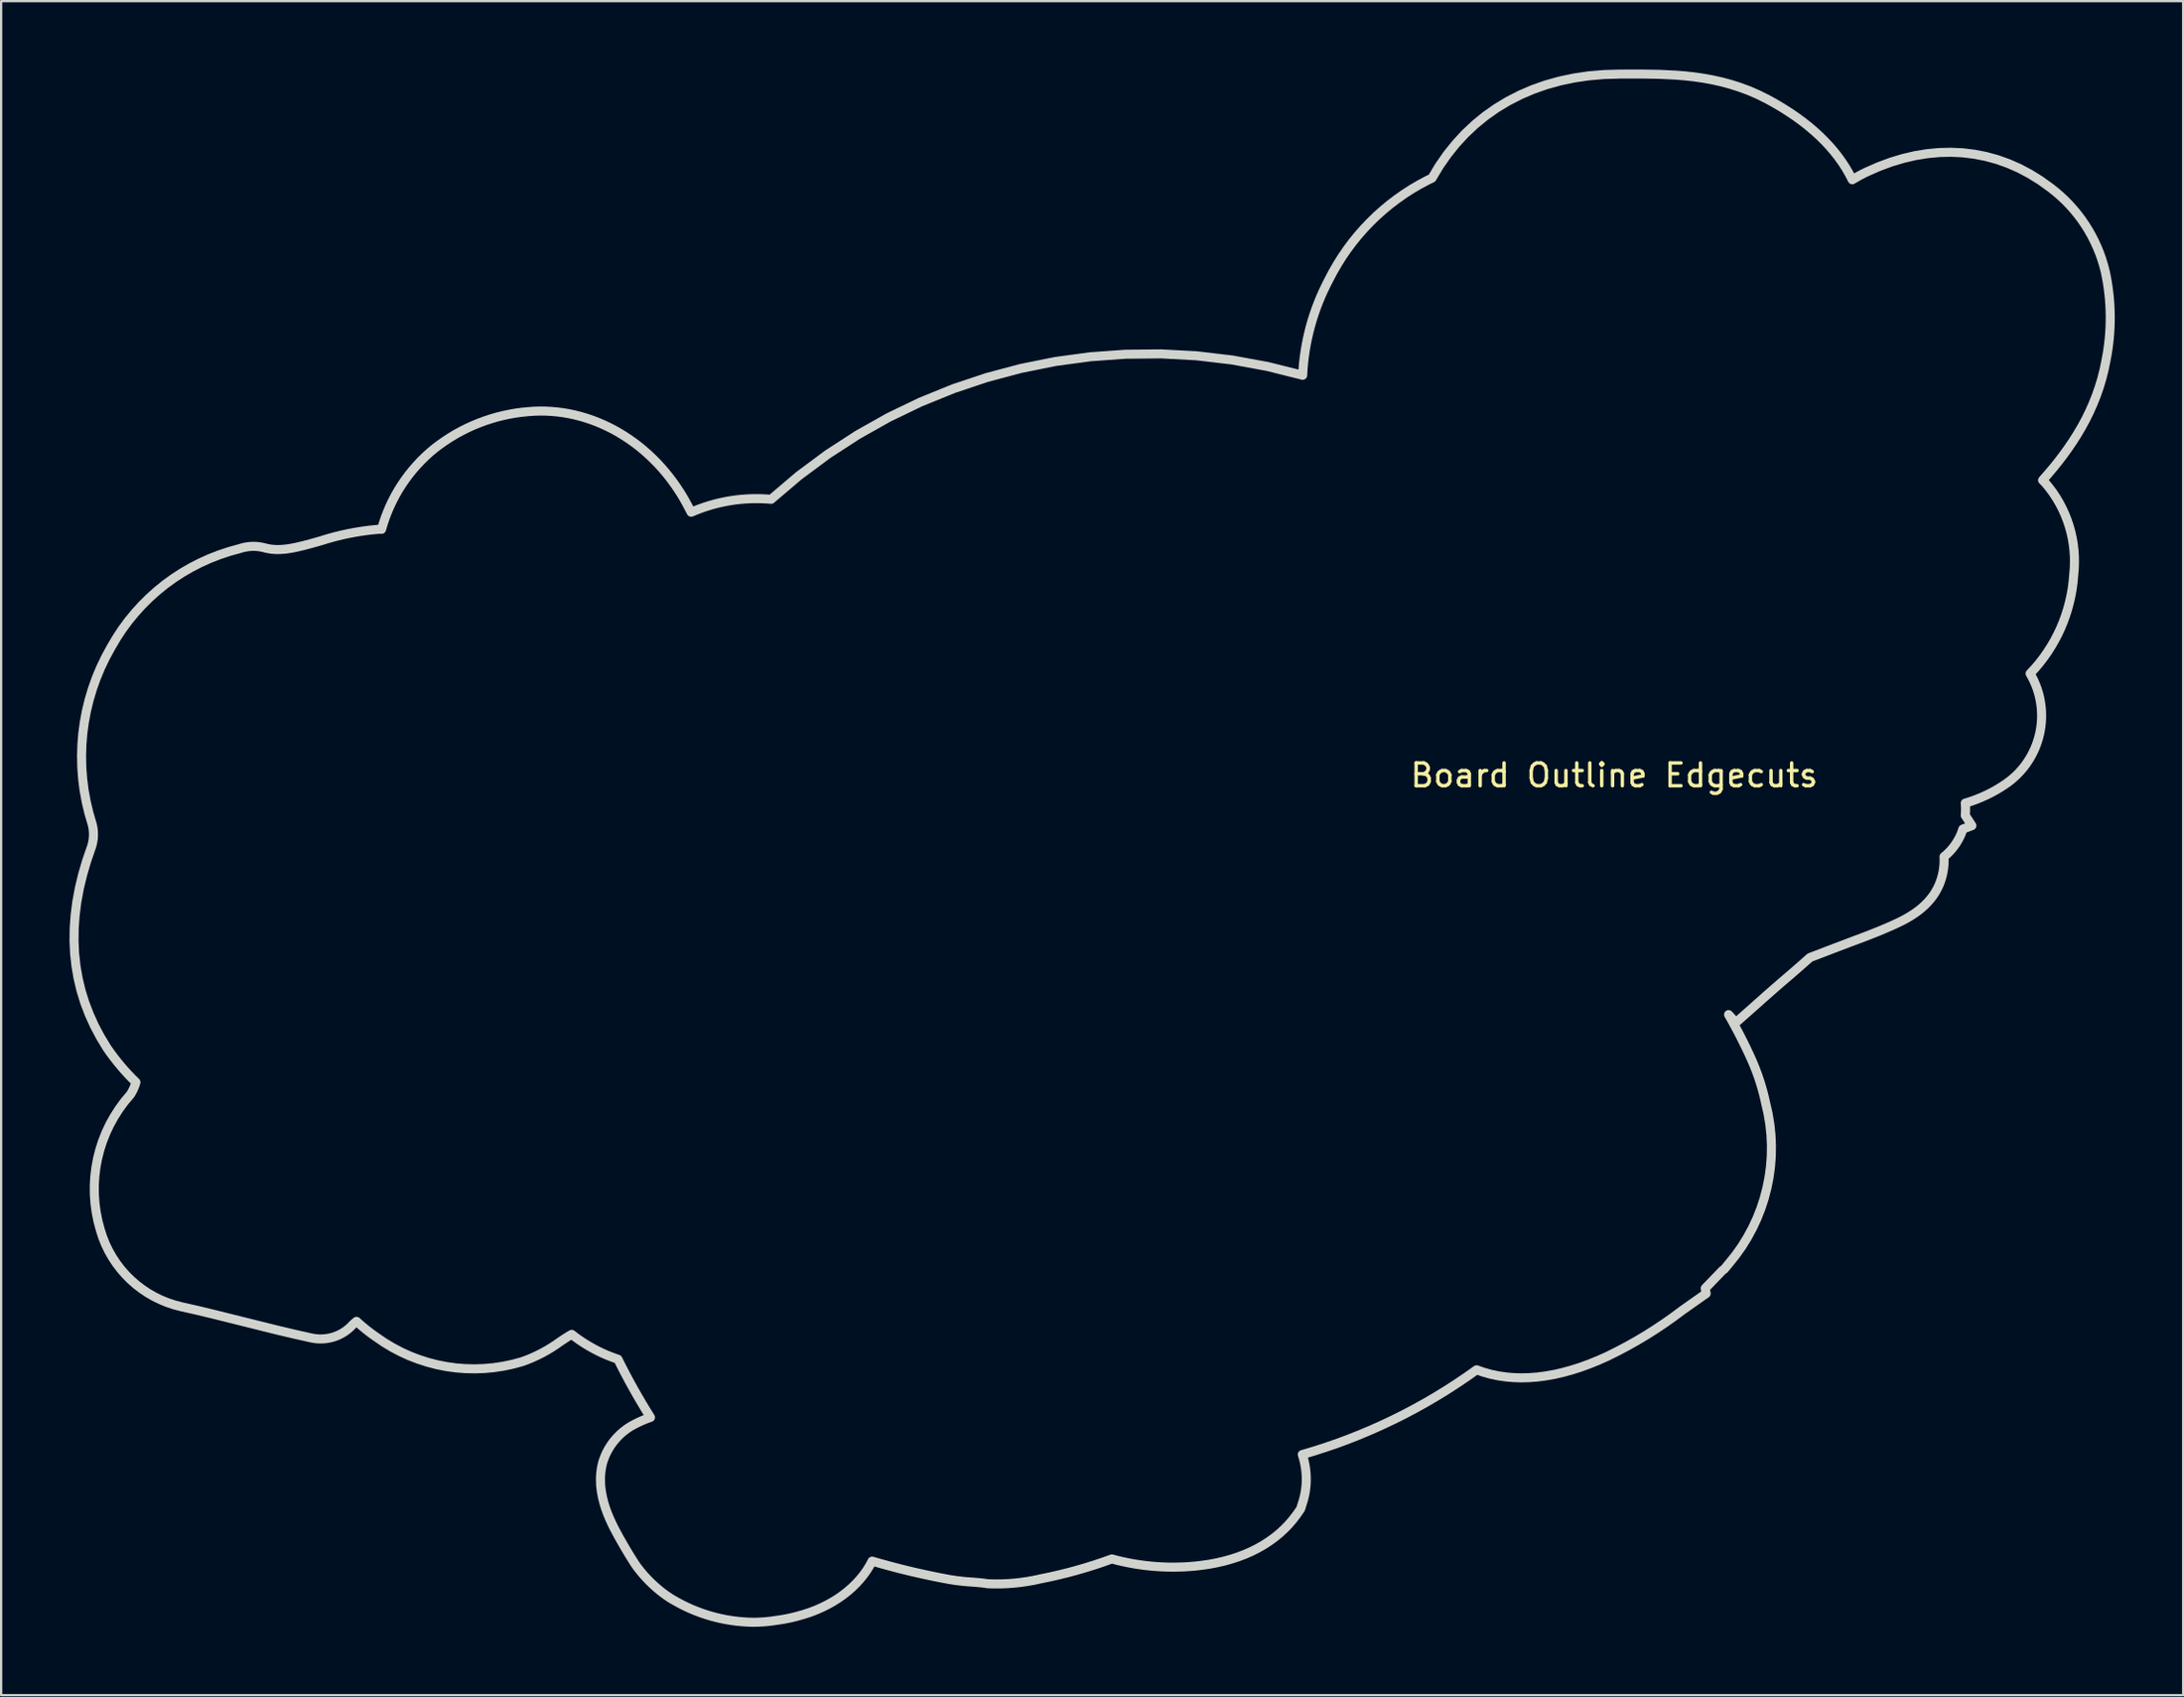
<source format=kicad_pcb>
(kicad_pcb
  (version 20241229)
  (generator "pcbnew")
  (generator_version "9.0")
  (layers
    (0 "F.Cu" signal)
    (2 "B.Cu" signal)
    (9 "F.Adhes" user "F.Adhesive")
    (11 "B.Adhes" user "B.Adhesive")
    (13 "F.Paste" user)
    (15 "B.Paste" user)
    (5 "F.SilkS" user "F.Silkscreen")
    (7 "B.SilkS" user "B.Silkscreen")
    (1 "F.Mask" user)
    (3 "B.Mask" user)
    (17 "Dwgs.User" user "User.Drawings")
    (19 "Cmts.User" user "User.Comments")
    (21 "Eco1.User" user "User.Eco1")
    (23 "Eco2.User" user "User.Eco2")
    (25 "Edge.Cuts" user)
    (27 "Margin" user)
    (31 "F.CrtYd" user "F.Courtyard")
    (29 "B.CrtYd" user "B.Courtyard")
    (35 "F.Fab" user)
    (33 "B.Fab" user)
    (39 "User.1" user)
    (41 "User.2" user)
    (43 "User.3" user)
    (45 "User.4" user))
  (footprint "Board Outline Edgecuts"
    (layer "F.Cu")
    (at 67.782 31.47)
    (property "Reference" "Board Outline Edgecuts" (at 0 -0.5 0) (unlocked yes) (layer "F.SilkS") (effects (font (size 1 1) (thickness 0.15))))
    (attr smd)
    (fp_poly (pts (xy -66.423 19.467) (xy -66.322 19.778) (xy -66.2 20.08) (xy -66.06 20.37) (xy -65.901 20.649) (xy -65.724 20.916) (xy -65.531 21.169) (xy -65.322 21.409) (xy -65.098 21.634) (xy -64.859 21.844) (xy -64.607 22.037) (xy -64.342 22.214) (xy -64.065 22.374) (xy -63.776 22.515) (xy -63.477 22.637) (xy -63.169 22.739) (xy -62.852 22.821) (xy -62.188 22.97) (xy -61.521 23.13) (xy -60.196 23.46) (xy -58.689 23.835) (xy -57.922 24.017) (xy -57.148 24.19) (xy -57.025 24.211) (xy -56.9 24.225) (xy -56.777 24.23) (xy -56.653 24.226) (xy -56.531 24.215) (xy -56.41 24.197) (xy -56.29 24.17) (xy -56.173 24.136) (xy -56.058 24.094) (xy -55.946 24.045) (xy -55.837 23.988) (xy -55.732 23.925) (xy -55.631 23.854) (xy -55.534 23.777) (xy -55.442 23.693) (xy -55.355 23.602) (xy -55.327 23.575) (xy -55.188 23.456) (xy -55.086 23.547) (xy -54.984 23.637) (xy -54.879 23.725) (xy -54.773 23.812) (xy -54.666 23.896) (xy -54.557 23.979) (xy -54.446 24.059) (xy -54.335 24.138) (xy -53.982 24.38) (xy -53.618 24.6) (xy -53.244 24.797) (xy -52.861 24.972) (xy -52.469 25.123) (xy -52.071 25.252) (xy -51.666 25.357) (xy -51.256 25.439) (xy -50.842 25.497) (xy -50.426 25.531) (xy -50.007 25.541) (xy -49.587 25.527) (xy -49.168 25.489) (xy -48.75 25.426) (xy -48.334 25.338) (xy -47.921 25.226) (xy -47.7 25.144) (xy -47.482 25.054) (xy -47.268 24.956) (xy -47.057 24.851) (xy -46.851 24.737) (xy -46.649 24.616) (xy -46.451 24.488) (xy -46.258 24.352) (xy -46.141 24.274) (xy -46.027 24.199) (xy -45.918 24.13) (xy -45.865 24.097) (xy -45.814 24.067) (xy -45.746 24.027) (xy -45.631 24.116) (xy -45.515 24.201) (xy -45.396 24.285) (xy -45.276 24.365) (xy -45.155 24.443) (xy -45.031 24.519) (xy -44.906 24.591) (xy -44.78 24.661) (xy -44.652 24.728) (xy -44.522 24.793) (xy -44.392 24.854) (xy -44.259 24.913) (xy -44.126 24.968) (xy -43.991 25.021) (xy -43.855 25.071) (xy -43.718 25.118) (xy -43.554 25.445) (xy -43.385 25.77) (xy -43.213 26.092) (xy -43.036 26.413) (xy -42.856 26.73) (xy -42.671 27.046) (xy -42.482 27.359) (xy -42.289 27.67) (xy -42.375 27.701) (xy -42.46 27.732) (xy -42.545 27.766) (xy -42.628 27.801) (xy -42.711 27.837) (xy -42.794 27.875) (xy -42.875 27.915) (xy -42.956 27.956) (xy -43.082 28.022) (xy -43.204 28.094) (xy -43.321 28.172) (xy -43.434 28.256) (xy -43.542 28.345) (xy -43.645 28.439) (xy -43.744 28.538) (xy -43.837 28.642) (xy -43.925 28.75) (xy -44.008 28.863) (xy -44.084 28.98) (xy -44.155 29.101) (xy -44.22 29.225) (xy -44.279 29.353) (xy -44.331 29.485) (xy -44.377 29.619) (xy -44.411 29.751) (xy -44.438 29.883) (xy -44.458 30.014) (xy -44.473 30.145) (xy -44.482 30.275) (xy -44.484 30.404) (xy -44.475 30.661) (xy -44.445 30.914) (xy -44.399 31.163) (xy -44.338 31.407) (xy -44.264 31.646) (xy -44.18 31.878) (xy -44.087 32.103) (xy -43.988 32.32) (xy -43.885 32.53) (xy -43.676 32.92) (xy -43.476 33.27) (xy -43.461 33.294) (xy -43.447 33.318) (xy -43.42 33.365) (xy -43.369 33.453) (xy -43.254 33.644) (xy -43.147 33.82) (xy -43.045 33.982) (xy -42.948 34.131) (xy -42.889 34.215) (xy -42.808 34.321) (xy -42.725 34.425) (xy -42.64 34.528) (xy -42.552 34.628) (xy -42.462 34.726) (xy -42.369 34.823) (xy -42.275 34.917) (xy -42.178 35.009) (xy -42.081 35.097) (xy -41.982 35.184) (xy -41.881 35.268) (xy -41.778 35.349) (xy -41.672 35.428) (xy -41.565 35.504) (xy -41.456 35.577) (xy -41.345 35.648) (xy -41.289 35.679) (xy -41.088 35.793) (xy -40.884 35.901) (xy -40.677 36.001) (xy -40.467 36.095) (xy -40.254 36.181) (xy -40.039 36.261) (xy -39.821 36.333) (xy -39.601 36.399) (xy -39.379 36.457) (xy -39.156 36.508) (xy -38.93 36.552) (xy -38.704 36.588) (xy -38.475 36.617) (xy -38.246 36.639) (xy -38.016 36.653) (xy -37.785 36.66) (xy -37.657 36.658) (xy -37.529 36.654) (xy -37.401 36.648) (xy -37.273 36.639) (xy -37.146 36.627) (xy -37.019 36.613) (xy -36.892 36.596) (xy -36.765 36.576) (xy -36.651 36.561) (xy -36.537 36.543) (xy -36.423 36.524) (xy -36.31 36.502) (xy -36.197 36.479) (xy -36.084 36.454) (xy -35.972 36.427) (xy -35.86 36.398) (xy -35.572 36.317) (xy -35.292 36.226) (xy -35.023 36.123) (xy -34.764 36.009) (xy -34.515 35.886) (xy -34.277 35.752) (xy -34.05 35.61) (xy -33.835 35.458) (xy -33.631 35.298) (xy -33.439 35.13) (xy -33.26 34.954) (xy -33.094 34.771) (xy -32.94 34.582) (xy -32.8 34.386) (xy -32.674 34.184) (xy -32.562 33.977) (xy -32.152 34.095) (xy -31.741 34.207) (xy -31.328 34.315) (xy -30.913 34.417) (xy -30.498 34.513) (xy -30.081 34.604) (xy -29.663 34.69) (xy -29.244 34.77) (xy -29.11 34.793) (xy -28.975 34.814) (xy -28.84 34.833) (xy -28.704 34.85) (xy -28.569 34.865) (xy -28.433 34.878) (xy -28.297 34.889) (xy -28.161 34.897) (xy -27.982 34.912) (xy -27.812 34.927) (xy -27.73 34.936) (xy -27.651 34.945) (xy -27.575 34.956) (xy -27.502 34.969) (xy -27.208 34.978) (xy -26.914 34.977) (xy -26.62 34.965) (xy -26.328 34.943) (xy -26.036 34.911) (xy -25.745 34.869) (xy -25.456 34.817) (xy -25.168 34.755) (xy -24.771 34.673) (xy -24.375 34.583) (xy -23.981 34.486) (xy -23.589 34.38) (xy -23.2 34.267) (xy -22.812 34.146) (xy -22.427 34.018) (xy -22.045 33.881) (xy -21.806 33.944) (xy -21.566 34) (xy -21.325 34.05) (xy -21.082 34.095) (xy -20.839 34.134) (xy -20.596 34.166) (xy -20.351 34.193) (xy -20.106 34.214) (xy -19.861 34.229) (xy -19.615 34.238) (xy -19.369 34.241) (xy -19.123 34.238) (xy -18.877 34.23) (xy -18.631 34.215) (xy -18.385 34.194) (xy -18.14 34.167) (xy -17.791 34.117) (xy -17.453 34.054) (xy -17.125 33.979) (xy -16.808 33.891) (xy -16.502 33.791) (xy -16.208 33.679) (xy -15.924 33.555) (xy -15.652 33.419) (xy -15.392 33.271) (xy -15.144 33.111) (xy -14.908 32.94) (xy -14.685 32.758) (xy -14.474 32.564) (xy -14.277 32.36) (xy -14.092 32.144) (xy -13.921 31.917) (xy -13.762 31.691) (xy -13.679 31.429) (xy -13.64 31.302) (xy -13.606 31.173) (xy -13.577 31.044) (xy -13.554 30.914) (xy -13.536 30.782) (xy -13.522 30.65) (xy -13.515 30.518) (xy -13.512 30.385) (xy -13.515 30.247) (xy -13.523 30.109) (xy -13.537 29.972) (xy -13.556 29.836) (xy -13.581 29.701) (xy -13.611 29.566) (xy -13.646 29.433) (xy -13.687 29.301) (xy -13.174 29.149) (xy -12.664 28.985) (xy -12.159 28.811) (xy -11.658 28.625) (xy -11.162 28.429) (xy -10.67 28.222) (xy -10.183 28.004) (xy -9.7 27.776) (xy -9.223 27.538) (xy -8.751 27.289) (xy -8.285 27.03) (xy -7.824 26.76) (xy -7.368 26.481) (xy -6.919 26.191) (xy -6.476 25.892) (xy -6.039 25.583) (xy -5.73 25.69) (xy -5.414 25.778) (xy -5.091 25.846) (xy -4.76 25.895) (xy -4.423 25.925) (xy -4.079 25.936) (xy -3.728 25.927) (xy -3.37 25.899) (xy -3.006 25.852) (xy -2.635 25.786) (xy -2.258 25.7) (xy -1.875 25.595) (xy -1.486 25.471) (xy -1.091 25.328) (xy -0.691 25.165) (xy -0.284 24.984) (xy 0.146 24.769) (xy 0.571 24.544) (xy 0.99 24.309) (xy 1.402 24.063) (xy 1.808 23.806) (xy 2.208 23.539) (xy 2.6 23.262) (xy 2.986 22.975) (xy 3.085 22.904) (xy 4.034 22.237) (xy 3.994 22.007) (xy 4.76 21.213) (xy 4.824 21.174) (xy 5.014 20.943) (xy 5.315 20.57) (xy 5.592 20.182) (xy 5.842 19.779) (xy 6.067 19.364) (xy 6.265 18.938) (xy 6.438 18.502) (xy 6.583 18.057) (xy 6.701 17.604) (xy 6.793 17.145) (xy 6.856 16.681) (xy 6.892 16.213) (xy 6.899 15.743) (xy 6.878 15.272) (xy 6.828 14.801) (xy 6.749 14.331) (xy 6.641 13.863) (xy 6.587 13.621) (xy 6.526 13.381) (xy 6.458 13.143) (xy 6.385 12.906) (xy 6.305 12.672) (xy 6.22 12.44) (xy 6.128 12.21) (xy 6.03 11.982) (xy 5.921 11.741) (xy 5.805 11.494) (xy 5.683 11.245) (xy 5.557 10.993) (xy 5.426 10.741) (xy 5.292 10.49) (xy 5.156 10.241) (xy 5.018 9.998) (xy 5.339 10.347) (xy 6.681 9.156) (xy 7.039 8.841) (xy 7.218 8.685) (xy 7.399 8.529) (xy 7.697 8.275) (xy 7.995 8.017) (xy 8.292 7.757) (xy 8.59 7.493) (xy 9.761 7.045) (xy 10.38 6.811) (xy 10.743 6.675) (xy 11.111 6.536) (xy 11.482 6.39) (xy 11.669 6.314) (xy 11.856 6.235) (xy 12.166 6.101) (xy 12.493 5.95) (xy 12.659 5.867) (xy 12.827 5.776) (xy 12.993 5.679) (xy 13.157 5.574) (xy 13.318 5.46) (xy 13.474 5.336) (xy 13.623 5.202) (xy 13.766 5.057) (xy 13.9 4.9) (xy 13.963 4.817) (xy 14.024 4.73) (xy 14.082 4.641) (xy 14.137 4.547) (xy 14.189 4.45) (xy 14.237 4.35) (xy 14.27 4.274) (xy 14.3 4.197) (xy 14.327 4.12) (xy 14.353 4.042) (xy 14.376 3.963) (xy 14.396 3.883) (xy 14.415 3.803) (xy 14.431 3.723) (xy 14.444 3.642) (xy 14.455 3.561) (xy 14.464 3.479) (xy 14.471 3.397) (xy 14.474 3.315) (xy 14.476 3.233) (xy 14.475 3.151) (xy 14.472 3.068) (xy 14.52 3.028) (xy 14.568 2.987) (xy 14.614 2.945) (xy 14.66 2.901) (xy 14.704 2.857) (xy 14.747 2.811) (xy 14.789 2.765) (xy 14.829 2.717) (xy 14.869 2.669) (xy 14.907 2.619) (xy 14.944 2.568) (xy 14.98 2.517) (xy 15.015 2.465) (xy 15.048 2.411) (xy 15.08 2.357) (xy 15.111 2.302) (xy 15.139 2.249) (xy 15.166 2.195) (xy 15.192 2.14) (xy 15.216 2.085) (xy 15.238 2.029) (xy 15.259 1.972) (xy 15.279 1.915) (xy 15.297 1.858) (xy 15.694 1.707) (xy 15.404 1.258) (xy 15.409 1.191) (xy 15.413 1.124) (xy 15.415 1.056) (xy 15.416 0.988) (xy 15.415 0.921) (xy 15.413 0.853) (xy 15.409 0.786) (xy 15.404 0.719) (xy 15.636 0.646) (xy 15.864 0.565) (xy 16.089 0.475) (xy 16.31 0.376) (xy 16.526 0.269) (xy 16.739 0.153) (xy 16.947 0.029) (xy 17.15 -0.103) (xy 17.297 -0.207) (xy 17.436 -0.316) (xy 17.569 -0.432) (xy 17.696 -0.552) (xy 17.815 -0.678) (xy 17.928 -0.809) (xy 18.034 -0.944) (xy 18.132 -1.083) (xy 18.224 -1.226) (xy 18.309 -1.373) (xy 18.386 -1.523) (xy 18.457 -1.677) (xy 18.52 -1.833) (xy 18.575 -1.992) (xy 18.624 -2.153) (xy 18.665 -2.316) (xy 18.698 -2.48) (xy 18.724 -2.647) (xy 18.742 -2.814) (xy 18.752 -2.982) (xy 18.754 -3.151) (xy 18.749 -3.32) (xy 18.736 -3.489) (xy 18.714 -3.657) (xy 18.685 -3.826) (xy 18.648 -3.993) (xy 18.602 -4.159) (xy 18.549 -4.324) (xy 18.486 -4.488) (xy 18.416 -4.649) (xy 18.337 -4.808) (xy 18.25 -4.965) (xy 18.457 -5.189) (xy 18.653 -5.421) (xy 18.838 -5.661) (xy 19.012 -5.908) (xy 19.175 -6.163) (xy 19.326 -6.423) (xy 19.465 -6.69) (xy 19.593 -6.963) (xy 19.708 -7.241) (xy 19.811 -7.524) (xy 19.902 -7.812) (xy 19.98 -8.103) (xy 20.045 -8.398) (xy 20.098 -8.697) (xy 20.137 -8.999) (xy 20.163 -9.303) (xy 20.187 -9.575) (xy 20.196 -9.848) (xy 20.192 -10.12) (xy 20.173 -10.39) (xy 20.141 -10.658) (xy 20.095 -10.923) (xy 20.036 -11.186) (xy 19.963 -11.445) (xy 19.877 -11.7) (xy 19.778 -11.95) (xy 19.667 -12.195) (xy 19.542 -12.435) (xy 19.405 -12.668) (xy 19.256 -12.895) (xy 19.094 -13.115) (xy 18.921 -13.327) (xy 18.891 -13.357) (xy 18.861 -13.388) (xy 18.845 -13.404) (xy 18.83 -13.419) (xy 18.814 -13.435) (xy 18.798 -13.45) (xy 19.03 -13.715) (xy 19.26 -13.987) (xy 19.484 -14.266) (xy 19.703 -14.552) (xy 19.916 -14.847) (xy 20.121 -15.149) (xy 20.318 -15.46) (xy 20.507 -15.779) (xy 20.685 -16.107) (xy 20.852 -16.445) (xy 21.007 -16.793) (xy 21.15 -17.151) (xy 21.279 -17.519) (xy 21.394 -17.898) (xy 21.493 -18.287) (xy 21.576 -18.689) (xy 21.622 -18.932) (xy 21.662 -19.177) (xy 21.695 -19.422) (xy 21.722 -19.668) (xy 21.743 -19.914) (xy 21.757 -20.161) (xy 21.764 -20.408) (xy 21.766 -20.655) (xy 21.76 -20.902) (xy 21.749 -21.148) (xy 21.731 -21.395) (xy 21.706 -21.641) (xy 21.675 -21.886) (xy 21.638 -22.131) (xy 21.594 -22.375) (xy 21.544 -22.618) (xy 21.472 -22.89) (xy 21.389 -23.159) (xy 21.295 -23.422) (xy 21.189 -23.681) (xy 21.073 -23.935) (xy 20.946 -24.183) (xy 20.809 -24.425) (xy 20.661 -24.661) (xy 20.504 -24.89) (xy 20.336 -25.113) (xy 20.159 -25.328) (xy 19.973 -25.536) (xy 19.778 -25.736) (xy 19.573 -25.927) (xy 19.36 -26.11) (xy 19.139 -26.285) (xy 18.694 -26.604) (xy 18.239 -26.887) (xy 17.772 -27.134) (xy 17.295 -27.344) (xy 16.809 -27.517) (xy 16.314 -27.653) (xy 15.812 -27.752) (xy 15.303 -27.814) (xy 14.787 -27.839) (xy 14.266 -27.827) (xy 13.741 -27.778) (xy 13.211 -27.692) (xy 12.679 -27.568) (xy 12.144 -27.407) (xy 11.608 -27.208) (xy 11.07 -26.971) (xy 10.989 -26.932) (xy 10.909 -26.892) (xy 10.83 -26.851) (xy 10.751 -26.809) (xy 10.674 -26.766) (xy 10.598 -26.722) (xy 10.447 -26.634) (xy 10.313 -26.892) (xy 10.166 -27.145) (xy 10.005 -27.393) (xy 9.831 -27.637) (xy 9.644 -27.875) (xy 9.443 -28.109) (xy 9.229 -28.337) (xy 9.002 -28.561) (xy 8.761 -28.78) (xy 8.507 -28.994) (xy 8.24 -29.203) (xy 7.96 -29.407) (xy 7.666 -29.606) (xy 7.359 -29.8) (xy 7.038 -29.99) (xy 6.705 -30.174) (xy 6.309 -30.37) (xy 5.912 -30.542) (xy 5.513 -30.69) (xy 5.114 -30.817) (xy 4.715 -30.925) (xy 4.315 -31.014) (xy 3.917 -31.087) (xy 3.52 -31.145) (xy 3.125 -31.189) (xy 2.732 -31.222) (xy 1.955 -31.26) (xy 1.195 -31.272) (xy 0.454 -31.27) (xy 0.24 -31.27) (xy -0.447 -31.25) (xy -1.113 -31.193) (xy -1.76 -31.098) (xy -2.385 -30.966) (xy -2.989 -30.798) (xy -3.57 -30.594) (xy -4.128 -30.354) (xy -4.662 -30.08) (xy -5.172 -29.772) (xy -5.657 -29.43) (xy -6.115 -29.055) (xy -6.547 -28.648) (xy -6.952 -28.208) (xy -7.329 -27.738) (xy -7.677 -27.237) (xy -7.996 -26.705) (xy -8.194 -26.61) (xy -8.541 -26.424) (xy -8.88 -26.226) (xy -9.209 -26.014) (xy -9.529 -25.789) (xy -9.84 -25.553) (xy -10.14 -25.304) (xy -10.431 -25.045) (xy -10.71 -24.773) (xy -10.979 -24.491) (xy -11.236 -24.199) (xy -11.482 -23.896) (xy -11.715 -23.583) (xy -11.937 -23.261) (xy -12.145 -22.93) (xy -12.341 -22.59) (xy -12.524 -22.241) (xy -12.649 -21.996) (xy -12.767 -21.749) (xy -12.879 -21.499) (xy -12.983 -21.246) (xy -13.08 -20.991) (xy -13.17 -20.733) (xy -13.253 -20.473) (xy -13.329 -20.21) (xy -13.397 -19.946) (xy -13.458 -19.68) (xy -13.512 -19.412) (xy -13.559 -19.143) (xy -13.598 -18.872) (xy -13.63 -18.601) (xy -13.654 -18.328) (xy -13.671 -18.054) (xy -15.214 -18.44) (xy -16.766 -18.725) (xy -18.325 -18.909) (xy -19.884 -18.993) (xy -21.439 -18.978) (xy -22.986 -18.866) (xy -24.521 -18.658) (xy -26.038 -18.353) (xy -27.532 -17.955) (xy -29.001 -17.463) (xy -30.438 -16.879) (xy -31.839 -16.204) (xy -33.2 -15.438) (xy -34.516 -14.584) (xy -35.783 -13.642) (xy -36.995 -12.612) (xy -37.22 -12.629) (xy -37.445 -12.639) (xy -37.67 -12.642) (xy -37.894 -12.638) (xy -38.118 -12.626) (xy -38.341 -12.608) (xy -38.564 -12.583) (xy -38.785 -12.55) (xy -39.006 -12.511) (xy -39.225 -12.465) (xy -39.442 -12.412) (xy -39.659 -12.352) (xy -39.873 -12.286) (xy -40.085 -12.212) (xy -40.296 -12.132) (xy -40.504 -12.045) (xy -40.682 -12.386) (xy -40.822 -12.637) (xy -40.969 -12.881) (xy -41.124 -13.119) (xy -41.285 -13.35) (xy -41.452 -13.574) (xy -41.627 -13.79) (xy -41.807 -14) (xy -41.993 -14.202) (xy -42.185 -14.396) (xy -42.383 -14.583) (xy -42.586 -14.762) (xy -42.793 -14.933) (xy -43.006 -15.096) (xy -43.223 -15.25) (xy -43.445 -15.396) (xy -43.671 -15.534) (xy -43.9 -15.663) (xy -44.134 -15.783) (xy -44.37 -15.894) (xy -44.61 -15.996) (xy -44.853 -16.089) (xy -45.099 -16.172) (xy -45.347 -16.246) (xy -45.598 -16.31) (xy -45.851 -16.365) (xy -46.105 -16.409) (xy -46.361 -16.443) (xy -46.619 -16.467) (xy -46.878 -16.481) (xy -47.138 -16.484) (xy -47.398 -16.477) (xy -47.659 -16.458) (xy -47.939 -16.43) (xy -48.217 -16.392) (xy -48.493 -16.343) (xy -48.766 -16.285) (xy -49.037 -16.217) (xy -49.305 -16.138) (xy -49.569 -16.051) (xy -49.83 -15.953) (xy -50.088 -15.847) (xy -50.341 -15.731) (xy -50.59 -15.605) (xy -50.835 -15.471) (xy -51.075 -15.327) (xy -51.309 -15.174) (xy -51.539 -15.013) (xy -51.763 -14.843) (xy -51.971 -14.669) (xy -52.171 -14.487) (xy -52.364 -14.298) (xy -52.548 -14.101) (xy -52.725 -13.898) (xy -52.893 -13.689) (xy -53.053 -13.473) (xy -53.205 -13.252) (xy -53.348 -13.025) (xy -53.482 -12.792) (xy -53.606 -12.554) (xy -53.722 -12.311) (xy -53.828 -12.063) (xy -53.925 -11.811) (xy -54.012 -11.555) (xy -54.089 -11.295) (xy -54.235 -11.295) (xy -54.558 -11.264) (xy -54.879 -11.223) (xy -55.198 -11.173) (xy -55.516 -11.114) (xy -55.832 -11.046) (xy -56.146 -10.969) (xy -56.458 -10.882) (xy -56.767 -10.787) (xy -57.155 -10.677) (xy -57.511 -10.583) (xy -57.839 -10.506) (xy -57.994 -10.475) (xy -58.144 -10.449) (xy -58.289 -10.43) (xy -58.43 -10.416) (xy -58.567 -10.409) (xy -58.701 -10.408) (xy -58.832 -10.415) (xy -58.962 -10.429) (xy -59.089 -10.451) (xy -59.216 -10.481) (xy -59.285 -10.499) (xy -59.354 -10.513) (xy -59.423 -10.525) (xy -59.493 -10.535) (xy -59.563 -10.542) (xy -59.632 -10.546) (xy -59.703 -10.548) (xy -59.773 -10.547) (xy -59.842 -10.543) (xy -59.912 -10.537) (xy -59.982 -10.528) (xy -60.051 -10.517) (xy -60.12 -10.503) (xy -60.188 -10.486) (xy -60.256 -10.467) (xy -60.323 -10.446) (xy -60.769 -10.323) (xy -61.205 -10.178) (xy -61.631 -10.012) (xy -62.047 -9.825) (xy -62.451 -9.617) (xy -62.844 -9.389) (xy -63.224 -9.141) (xy -63.59 -8.875) (xy -63.943 -8.59) (xy -64.28 -8.287) (xy -64.602 -7.967) (xy -64.908 -7.63) (xy -65.197 -7.278) (xy -65.469 -6.909) (xy -65.721 -6.526) (xy -65.955 -6.128) (xy -66.199 -5.681) (xy -66.418 -5.224) (xy -66.612 -4.759) (xy -66.78 -4.285) (xy -66.923 -3.805) (xy -67.041 -3.319) (xy -67.132 -2.828) (xy -67.199 -2.333) (xy -67.239 -1.835) (xy -67.253 -1.336) (xy -67.242 -0.836) (xy -67.204 -0.336) (xy -67.14 0.162) (xy -67.049 0.659) (xy -66.932 1.151) (xy -66.789 1.639) (xy -66.774 1.701) (xy -66.761 1.763) (xy -66.75 1.825) (xy -66.742 1.888) (xy -66.736 1.951) (xy -66.732 2.014) (xy -66.731 2.076) (xy -66.731 2.139) (xy -66.734 2.202) (xy -66.739 2.265) (xy -66.747 2.328) (xy -66.756 2.39) (xy -66.768 2.452) (xy -66.782 2.514) (xy -66.798 2.575) (xy -66.816 2.635) (xy -67.028 3.248) (xy -67.205 3.853) (xy -67.349 4.45) (xy -67.459 5.04) (xy -67.534 5.622) (xy -67.576 6.196) (xy -67.584 6.762) (xy -67.558 7.319) (xy -67.498 7.868) (xy -67.404 8.409) (xy -67.277 8.941) (xy -67.115 9.465) (xy -66.919 9.98) (xy -66.69 10.486) (xy -66.427 10.982) (xy -66.13 11.47) (xy -65.989 11.671) (xy -65.843 11.867) (xy -65.692 12.061) (xy -65.536 12.25) (xy -65.376 12.435) (xy -65.211 12.616) (xy -65.042 12.793) (xy -64.868 12.966) (xy -64.889 13.037) (xy -64.913 13.107) (xy -64.94 13.177) (xy -64.969 13.245) (xy -65 13.312) (xy -65.034 13.378) (xy -65.071 13.443) (xy -65.11 13.506) (xy -65.371 13.817) (xy -65.61 14.142) (xy -65.825 14.479) (xy -66.018 14.828) (xy -66.187 15.187) (xy -66.332 15.555) (xy -66.453 15.931) (xy -66.551 16.314) (xy -66.623 16.702) (xy -66.671 17.094) (xy -66.694 17.489) (xy -66.692 17.886) (xy -66.664 18.283) (xy -66.61 18.68) (xy -66.53 19.075) (xy -66.423 19.467)) (stroke (width 0.397) (type solid)) (fill no) (layer "Edge.Cuts")))
  (gr_rect
    (start -3 -3)
    (end 92.747 71.328)
    (stroke (width 0.1) (type default))
    (fill no)
    (layer "Edge.Cuts")))
</source>
